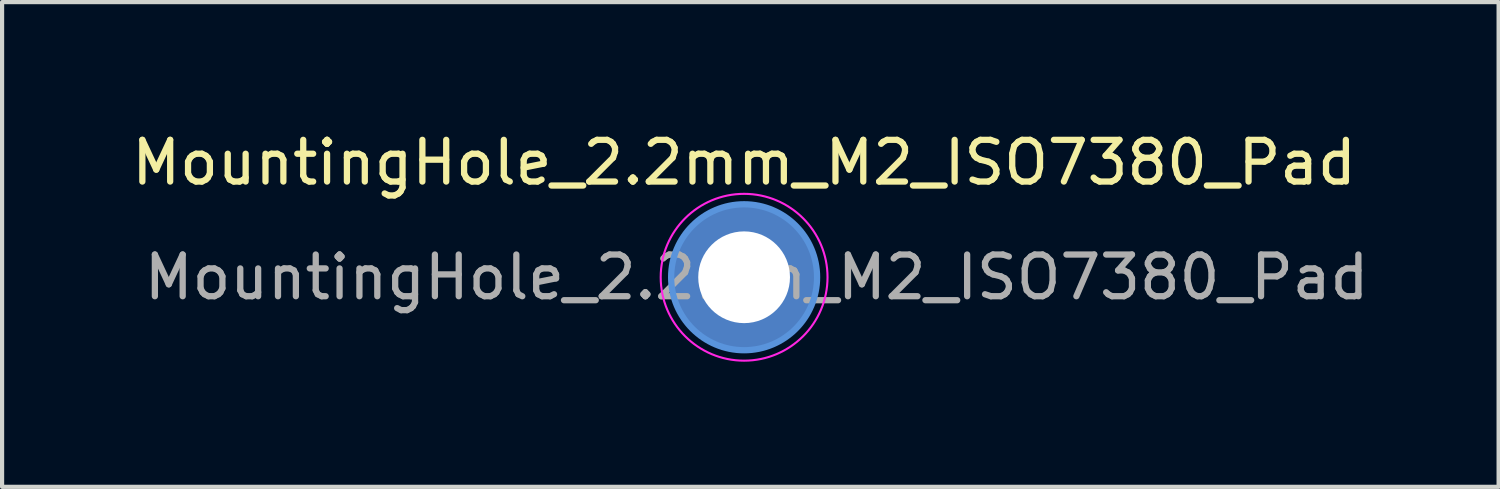
<source format=kicad_pcb>
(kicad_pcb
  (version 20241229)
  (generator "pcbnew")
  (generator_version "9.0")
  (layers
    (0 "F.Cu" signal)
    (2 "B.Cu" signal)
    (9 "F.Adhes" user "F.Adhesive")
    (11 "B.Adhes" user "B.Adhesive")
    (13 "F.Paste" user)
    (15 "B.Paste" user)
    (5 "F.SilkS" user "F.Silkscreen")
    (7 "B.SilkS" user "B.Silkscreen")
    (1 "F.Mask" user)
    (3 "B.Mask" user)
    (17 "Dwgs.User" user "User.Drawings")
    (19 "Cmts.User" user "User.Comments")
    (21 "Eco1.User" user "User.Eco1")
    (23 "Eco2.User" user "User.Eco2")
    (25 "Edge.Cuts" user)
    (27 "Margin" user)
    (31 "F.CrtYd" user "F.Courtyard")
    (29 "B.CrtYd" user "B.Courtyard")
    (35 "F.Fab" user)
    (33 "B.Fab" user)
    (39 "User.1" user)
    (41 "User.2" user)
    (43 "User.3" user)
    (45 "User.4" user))
  (footprint "MountingHole_2.2mm_M2_ISO7380_Pad"
    (layer "F.Cu")
    (at 14.792 3.598)
    (property "Reference" "MountingHole_2.2mm_M2_ISO7380_Pad" (at 0 -2.75 0) (layer "F.SilkS") (effects (font (size 1 1) (thickness 0.15))))
    (attr exclude_from_pos_files exclude_from_bom)
    (fp_circle (center 0 0) (end 1.75 0) (stroke (width 0.15) (type solid)) (fill no) (layer "Cmts.User"))
    (fp_circle (center 0 0) (end 2 0) (stroke (width 0.05) (type solid)) (fill no) (layer "F.CrtYd"))
    (fp_text user "${REFERENCE}" (at 0.3 0 0) (layer "F.Fab") (effects (font (size 1 1) (thickness 0.15))))
    (pad "1" thru_hole circle (at 0 0) (size 3.5 3.5) (drill 2.2) (layers "*.Cu" "*.Mask")))
  (gr_rect
    (start -3 -3)
    (end 32.883 8.623)
    (stroke (width 0.1) (type default))
    (fill no)
    (layer "Edge.Cuts")))
</source>
